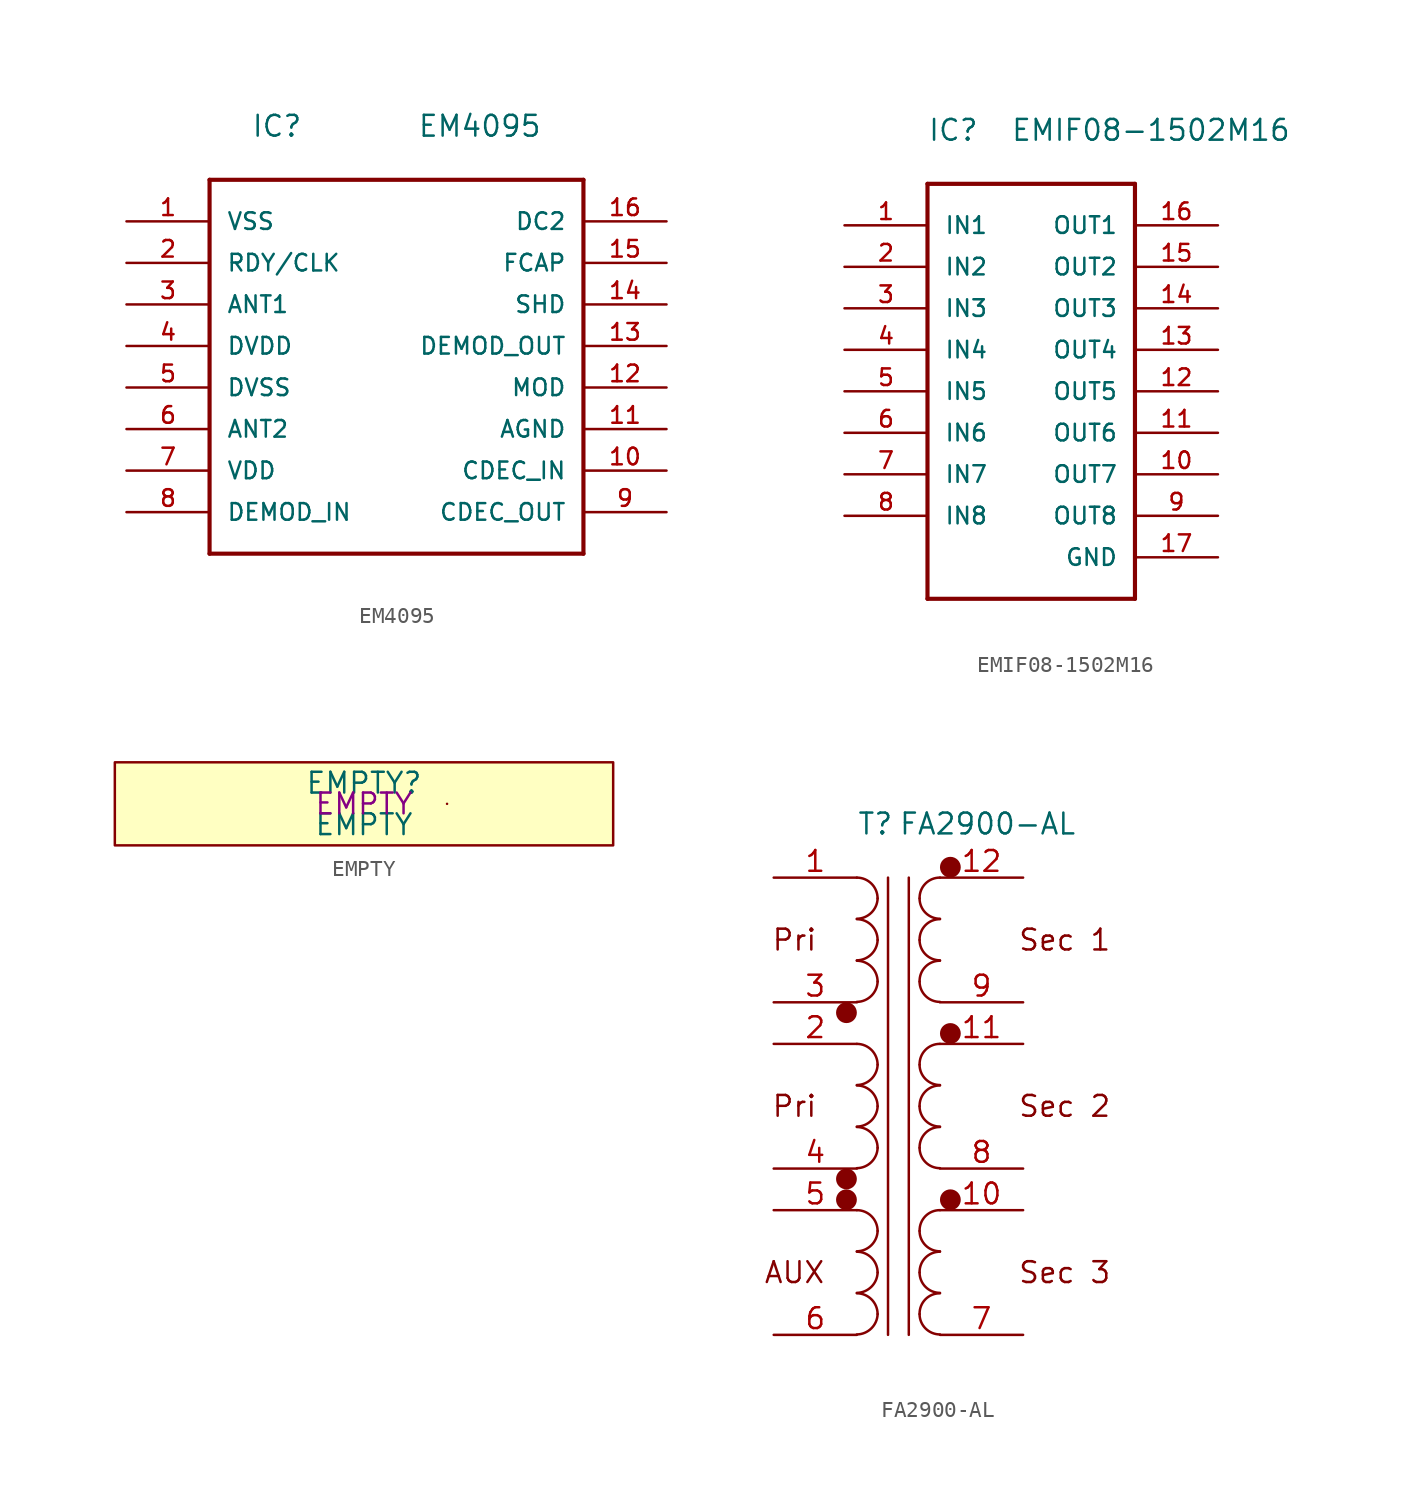
<source format=kicad_sym>
(kicad_symbol_lib
  (version 20220914)
  (generator kicad_symbol_editor)
  (symbol "EM4095"
    (pin_names
      (offset 1.016))
    (property "Reference" "IC"
      (at 2.54 2.54 0)
      (effects (font (size 1.27 1.27)) (justify left bottom)))
    (property "Value" "EM4095"
      (at 12.7 2.54 0)
      (effects (font (size 1.27 1.27)) (justify left bottom)))
    (symbol "EM4095_1_0"
      (polyline (pts (xy 0 -22.86) (xy 0 0)) (stroke (width 0.254) (type solid)) (fill (type none)))
      (polyline (pts (xy 0 0) (xy 22.86 0)) (stroke (width 0.254) (type solid)) (fill (type none)))
      (polyline (pts (xy 22.86 -22.86) (xy 0 -22.86)) (stroke (width 0.254) (type solid)) (fill (type none)))
      (polyline (pts (xy 22.86 0) (xy 22.86 -22.86)) (stroke (width 0.254) (type solid)) (fill (type none))))
    (symbol "EM4095_1_1"
      (pin power_in line (at -5.08 -2.54 0) (length 5.08) (name "VSS" (effects (font (size 1.016 1.016)))) (number "1" (effects (font (size 1.016 1.016)))))
      (pin input line (at 27.94 -17.78 180) (length 5.08) (name "CDEC_IN" (effects (font (size 1.016 1.016)))) (number "10" (effects (font (size 1.016 1.016)))))
      (pin passive line (at 27.94 -15.24 180) (length 5.08) (name "AGND" (effects (font (size 1.016 1.016)))) (number "11" (effects (font (size 1.016 1.016)))))
      (pin input line (at 27.94 -12.7 180) (length 5.08) (name "MOD" (effects (font (size 1.016 1.016)))) (number "12" (effects (font (size 1.016 1.016)))))
      (pin output line (at 27.94 -10.16 180) (length 5.08) (name "DEMOD_OUT" (effects (font (size 1.016 1.016)))) (number "13" (effects (font (size 1.016 1.016)))))
      (pin output line (at 27.94 -7.62 180) (length 5.08) (name "SHD" (effects (font (size 1.016 1.016)))) (number "14" (effects (font (size 1.016 1.016)))))
      (pin passive line (at 27.94 -5.08 180) (length 5.08) (name "FCAP" (effects (font (size 1.016 1.016)))) (number "15" (effects (font (size 1.016 1.016)))))
      (pin passive line (at 27.94 -2.54 180) (length 5.08) (name "DC2" (effects (font (size 1.016 1.016)))) (number "16" (effects (font (size 1.016 1.016)))))
      (pin output line (at -5.08 -5.08 0) (length 5.08) (name "RDY/CLK" (effects (font (size 1.016 1.016)))) (number "2" (effects (font (size 1.016 1.016)))))
      (pin input line (at -5.08 -7.62 0) (length 5.08) (name "ANT1" (effects (font (size 1.016 1.016)))) (number "3" (effects (font (size 1.016 1.016)))))
      (pin power_in line (at -5.08 -10.16 0) (length 5.08) (name "DVDD" (effects (font (size 1.016 1.016)))) (number "4" (effects (font (size 1.016 1.016)))))
      (pin power_in line (at -5.08 -12.7 0) (length 5.08) (name "DVSS" (effects (font (size 1.016 1.016)))) (number "5" (effects (font (size 1.016 1.016)))))
      (pin input line (at -5.08 -15.24 0) (length 5.08) (name "ANT2" (effects (font (size 1.016 1.016)))) (number "6" (effects (font (size 1.016 1.016)))))
      (pin power_in line (at -5.08 -17.78 0) (length 5.08) (name "VDD" (effects (font (size 1.016 1.016)))) (number "7" (effects (font (size 1.016 1.016)))))
      (pin input line (at -5.08 -20.32 0) (length 5.08) (name "DEMOD_IN" (effects (font (size 1.016 1.016)))) (number "8" (effects (font (size 1.016 1.016)))))
      (pin output line (at 27.94 -20.32 180) (length 5.08) (name "CDEC_OUT" (effects (font (size 1.016 1.016)))) (number "9" (effects (font (size 1.016 1.016)))))))
  (symbol "EMIF08-1502M16"
    (pin_names
      (offset 1.016))
    (property "Reference" "IC"
      (at 0 2.54 0)
      (effects (font (size 1.27 1.27)) (justify left bottom)))
    (property "Value" "EMIF08-1502M16"
      (at 5.08 2.54 0)
      (effects (font (size 1.27 1.27)) (justify left bottom)))
    (symbol "EMIF08-1502M16_1_0"
      (polyline (pts (xy 0 -25.4) (xy 0 0)) (stroke (width 0.254) (type solid)) (fill (type none)))
      (polyline (pts (xy 0 0) (xy 12.7 0)) (stroke (width 0.254) (type solid)) (fill (type none)))
      (polyline (pts (xy 12.7 -25.4) (xy 0 -25.4)) (stroke (width 0.254) (type solid)) (fill (type none)))
      (polyline (pts (xy 12.7 0) (xy 12.7 -25.4)) (stroke (width 0.254) (type solid)) (fill (type none)))
      (pin passive line (at 17.78 -22.86 180) (length 5.08) (name "GND" (effects (font (size 1.016 1.016)))) (number "17" (effects (font (size 1.016 1.016))))))
    (symbol "EMIF08-1502M16_1_1"
      (pin input line (at -5.08 -2.54 0) (length 5.08) (name "IN1" (effects (font (size 1.016 1.016)))) (number "1" (effects (font (size 1.016 1.016)))))
      (pin output line (at 17.78 -17.78 180) (length 5.08) (name "OUT7" (effects (font (size 1.016 1.016)))) (number "10" (effects (font (size 1.016 1.016)))))
      (pin output line (at 17.78 -15.24 180) (length 5.08) (name "OUT6" (effects (font (size 1.016 1.016)))) (number "11" (effects (font (size 1.016 1.016)))))
      (pin output line (at 17.78 -12.7 180) (length 5.08) (name "OUT5" (effects (font (size 1.016 1.016)))) (number "12" (effects (font (size 1.016 1.016)))))
      (pin output line (at 17.78 -10.16 180) (length 5.08) (name "OUT4" (effects (font (size 1.016 1.016)))) (number "13" (effects (font (size 1.016 1.016)))))
      (pin output line (at 17.78 -7.62 180) (length 5.08) (name "OUT3" (effects (font (size 1.016 1.016)))) (number "14" (effects (font (size 1.016 1.016)))))
      (pin output line (at 17.78 -5.08 180) (length 5.08) (name "OUT2" (effects (font (size 1.016 1.016)))) (number "15" (effects (font (size 1.016 1.016)))))
      (pin output line (at 17.78 -2.54 180) (length 5.08) (name "OUT1" (effects (font (size 1.016 1.016)))) (number "16" (effects (font (size 1.016 1.016)))))
      (pin input line (at -5.08 -5.08 0) (length 5.08) (name "IN2" (effects (font (size 1.016 1.016)))) (number "2" (effects (font (size 1.016 1.016)))))
      (pin input line (at -5.08 -7.62 0) (length 5.08) (name "IN3" (effects (font (size 1.016 1.016)))) (number "3" (effects (font (size 1.016 1.016)))))
      (pin input line (at -5.08 -10.16 0) (length 5.08) (name "IN4" (effects (font (size 1.016 1.016)))) (number "4" (effects (font (size 1.016 1.016)))))
      (pin input line (at -5.08 -12.7 0) (length 5.08) (name "IN5" (effects (font (size 1.016 1.016)))) (number "5" (effects (font (size 1.016 1.016)))))
      (pin input line (at -5.08 -15.24 0) (length 5.08) (name "IN6" (effects (font (size 1.016 1.016)))) (number "6" (effects (font (size 1.016 1.016)))))
      (pin input line (at -5.08 -17.78 0) (length 5.08) (name "IN7" (effects (font (size 1.016 1.016)))) (number "7" (effects (font (size 1.016 1.016)))))
      (pin input line (at -5.08 -20.32 0) (length 5.08) (name "IN8" (effects (font (size 1.016 1.016)))) (number "8" (effects (font (size 1.016 1.016)))))
      (pin output line (at 17.78 -20.32 180) (length 5.08) (name "OUT8" (effects (font (size 1.016 1.016)))) (number "9" (effects (font (size 1.016 1.016)))))))
  (symbol "EMPTY"
    (pin_names
      (offset 1.016))
    (property "Reference" "EMPTY"
      (at 0 1.27 0)
      (effects (font (size 1.27 1.27))))
    (property "Value" "EMPTY"
      (at 0 -1.27 0)
      (effects (font (size 1.27 1.27))))
    (property "Mfr. Part Number" "EMPTY"
      (at 0 0 0)
      (effects (font (size 1.27 1.27))))
    (symbol "EMPTY_0_1"
      (rectangle (start -15.24 2.54) (end 15.24 -2.54) (stroke (width 0) (type solid)) (fill (type background)))
      (rectangle (start 5.08 0) (end 5.08 0) (stroke (width 0) (type solid)) (fill (type none)))))
  (symbol "FA2900-AL"
    (pin_names
      (offset 1.016))
    (property "Reference" "T"
      (at 5.08 2.54 0)
      (effects (font (size 1.27 1.27)) (justify left bottom)))
    (property "Value" "FA2900-AL"
      (at 7.62 2.54 0)
      (effects (font (size 1.27 1.27)) (justify left bottom)))
    (symbol "FA2900-AL_0_0"
      (text "AUX" (at 1.27 -24.13 0) (effects (font (size 1.27 1.27))))
      (text "Pri" (at 1.27 -3.81 0) (effects (font (size 1.27 1.27))))
      (text "Sec 2" (at 17.78 -13.97 0) (effects (font (size 1.27 1.27)))))
    (symbol "FA2900-AL_1_1"
      (polyline (pts (xy 6.985 0) (xy 6.985 -27.94)) (stroke (width 0) (type solid)) (fill (type none)))
      (polyline (pts (xy 8.255 -27.94) (xy 8.255 0)) (stroke (width 0) (type solid)) (fill (type none)))
      (circle (center 4.445 -19.685) (radius 0.0001) (stroke (width 0.635) (type solid)) (fill (type none)))
      (circle (center 4.445 -18.415) (radius 0.0001) (stroke (width 0.635) (type solid)) (fill (type none)))
      (circle (center 4.445 -8.255) (radius 0.0001) (stroke (width 0.635) (type solid)) (fill (type none)))
      (arc (start 5.08 -27.9146) (mid 5.9601 -27.5501) (end 6.35 -26.67) (stroke (width 0) (type solid)) (fill (type none)))
      (arc (start 5.08 -25.3746) (mid 5.9601 -25.0101) (end 6.35 -24.13) (stroke (width 0) (type solid)) (fill (type none)))
      (arc (start 5.08 -22.8346) (mid 5.9601 -22.4701) (end 6.35 -21.59) (stroke (width 0) (type solid)) (fill (type none)))
      (arc (start 5.08 -17.7546) (mid 5.9601 -17.3901) (end 6.35 -16.51) (stroke (width 0) (type solid)) (fill (type none)))
      (arc (start 5.08 -15.2146) (mid 5.9601 -14.8501) (end 6.35 -13.97) (stroke (width 0) (type solid)) (fill (type none)))
      (arc (start 5.08 -12.6746) (mid 5.9601 -12.3101) (end 6.35 -11.43) (stroke (width 0) (type solid)) (fill (type none)))
      (arc (start 5.08 -7.5946) (mid 5.9601 -7.2301) (end 6.35 -6.35) (stroke (width 0) (type solid)) (fill (type none)))
      (arc (start 5.08 -5.0546) (mid 5.9601 -4.6901) (end 6.35 -3.81) (stroke (width 0) (type solid)) (fill (type none)))
      (arc (start 5.08 -2.5146) (mid 5.9601 -2.1501) (end 6.35 -1.27) (stroke (width 0) (type solid)) (fill (type none)))
      (arc (start 6.35 -26.67) (mid 5.978 -25.772) (end 5.08 -25.4) (stroke (width 0) (type solid)) (fill (type none)))
      (arc (start 6.35 -24.13) (mid 5.978 -23.232) (end 5.08 -22.86) (stroke (width 0) (type solid)) (fill (type none)))
      (arc (start 6.35 -21.59) (mid 5.978 -20.692) (end 5.08 -20.32) (stroke (width 0) (type solid)) (fill (type none)))
      (arc (start 6.35 -16.51) (mid 5.978 -15.612) (end 5.08 -15.24) (stroke (width 0) (type solid)) (fill (type none)))
      (arc (start 6.35 -13.97) (mid 5.978 -13.072) (end 5.08 -12.7) (stroke (width 0) (type solid)) (fill (type none)))
      (arc (start 6.35 -11.43) (mid 5.978 -10.532) (end 5.08 -10.16) (stroke (width 0) (type solid)) (fill (type none)))
      (arc (start 6.35 -6.35) (mid 5.978 -5.452) (end 5.08 -5.08) (stroke (width 0) (type solid)) (fill (type none)))
      (arc (start 6.35 -3.81) (mid 5.978 -2.912) (end 5.08 -2.54) (stroke (width 0) (type solid)) (fill (type none)))
      (arc (start 6.35 -1.27) (mid 5.978 -0.372) (end 5.08 0) (stroke (width 0) (type solid)) (fill (type none)))
      (arc (start 8.9154 -26.67) (mid 9.2799 -27.5501) (end 10.16 -27.9146) (stroke (width 0) (type solid)) (fill (type none)))
      (arc (start 8.9154 -24.13) (mid 9.2799 -25.0101) (end 10.16 -25.3746) (stroke (width 0) (type solid)) (fill (type none)))
      (arc (start 8.9154 -21.59) (mid 9.2799 -22.4701) (end 10.16 -22.8346) (stroke (width 0) (type solid)) (fill (type none)))
      (arc (start 8.9154 -16.51) (mid 9.2799 -17.3901) (end 10.16 -17.7546) (stroke (width 0) (type solid)) (fill (type none)))
      (arc (start 8.9154 -13.97) (mid 9.2799 -14.8501) (end 10.16 -15.2146) (stroke (width 0) (type solid)) (fill (type none)))
      (arc (start 8.9154 -11.43) (mid 9.2799 -12.3101) (end 10.16 -12.6746) (stroke (width 0) (type solid)) (fill (type none)))
      (arc (start 8.9154 -6.35) (mid 9.2799 -7.2301) (end 10.16 -7.5946) (stroke (width 0) (type solid)) (fill (type none)))
      (arc (start 8.9154 -3.81) (mid 9.2799 -4.6901) (end 10.16 -5.0546) (stroke (width 0) (type solid)) (fill (type none)))
      (arc (start 8.9154 -1.27) (mid 9.2799 -2.1501) (end 10.16 -2.5146) (stroke (width 0) (type solid)) (fill (type none)))
      (arc (start 10.16 -25.4) (mid 9.262 -25.772) (end 8.9154 -26.67) (stroke (width 0) (type solid)) (fill (type none)))
      (arc (start 10.16 -22.86) (mid 9.262 -23.232) (end 8.9154 -24.13) (stroke (width 0) (type solid)) (fill (type none)))
      (arc (start 10.16 -20.32) (mid 9.262 -20.692) (end 8.9154 -21.59) (stroke (width 0) (type solid)) (fill (type none)))
      (arc (start 10.16 -15.24) (mid 9.262 -15.612) (end 8.9154 -16.51) (stroke (width 0) (type solid)) (fill (type none)))
      (arc (start 10.16 -12.7) (mid 9.262 -13.072) (end 8.9154 -13.97) (stroke (width 0) (type solid)) (fill (type none)))
      (arc (start 10.16 -10.16) (mid 9.262 -10.532) (end 8.9154 -11.43) (stroke (width 0) (type solid)) (fill (type none)))
      (arc (start 10.16 -5.08) (mid 9.262 -5.452) (end 8.9154 -6.35) (stroke (width 0) (type solid)) (fill (type none)))
      (arc (start 10.16 -2.54) (mid 9.262 -2.912) (end 8.9154 -3.81) (stroke (width 0) (type solid)) (fill (type none)))
      (arc (start 10.16 0) (mid 9.262 -0.372) (end 8.9154 -1.27) (stroke (width 0) (type solid)) (fill (type none)))
      (circle (center 10.795 -19.685) (radius 0.0001) (stroke (width 0.635) (type solid)) (fill (type none)))
      (circle (center 10.795 -9.525) (radius 0.0001) (stroke (width 0.635) (type solid)) (fill (type none)))
      (circle (center 10.795 0.635) (radius 0.0001) (stroke (width 0.635) (type solid)) (fill (type none)))
      (text "Pri" (at 1.27 -13.97 0) (effects (font (size 1.27 1.27))))
      (text "Sec 1" (at 17.78 -3.81 0) (effects (font (size 1.27 1.27))))
      (text "Sec 3" (at 17.78 -24.13 0) (effects (font (size 1.27 1.27))))
      (pin passive line (at 0 0 0) (length 5.08) (name "~" (effects (font (size 1.27 1.27)))) (number "1" (effects (font (size 1.27 1.27)))))
      (pin passive line (at 15.24 -20.32 180) (length 5.08) (name "~" (effects (font (size 1.27 1.27)))) (number "10" (effects (font (size 1.27 1.27)))))
      (pin passive line (at 15.24 -10.16 180) (length 5.08) (name "~" (effects (font (size 1.27 1.27)))) (number "11" (effects (font (size 1.27 1.27)))))
      (pin passive line (at 15.24 0 180) (length 5.08) (name "~" (effects (font (size 1.27 1.27)))) (number "12" (effects (font (size 1.27 1.27)))))
      (pin passive line (at 0 -10.16 0) (length 5.08) (name "~" (effects (font (size 1.27 1.27)))) (number "2" (effects (font (size 1.27 1.27)))))
      (pin passive line (at 0 -7.62 0) (length 5.08) (name "~" (effects (font (size 1.27 1.27)))) (number "3" (effects (font (size 1.27 1.27)))))
      (pin passive line (at 0 -17.78 0) (length 5.08) (name "~" (effects (font (size 1.27 1.27)))) (number "4" (effects (font (size 1.27 1.27)))))
      (pin passive line (at 0 -20.32 0) (length 5.08) (name "~" (effects (font (size 1.27 1.27)))) (number "5" (effects (font (size 1.27 1.27)))))
      (pin passive line (at 0 -27.94 0) (length 5.08) (name "~" (effects (font (size 1.27 1.27)))) (number "6" (effects (font (size 1.27 1.27)))))
      (pin passive line (at 15.24 -27.94 180) (length 5.08) (name "~" (effects (font (size 1.27 1.27)))) (number "7" (effects (font (size 1.27 1.27)))))
      (pin passive line (at 15.24 -17.78 180) (length 5.08) (name "~" (effects (font (size 1.27 1.27)))) (number "8" (effects (font (size 1.27 1.27)))))
      (pin passive line (at 15.24 -7.62 180) (length 5.08) (name "~" (effects (font (size 1.27 1.27)))) (number "9" (effects (font (size 1.27 1.27))))))))
</source>
